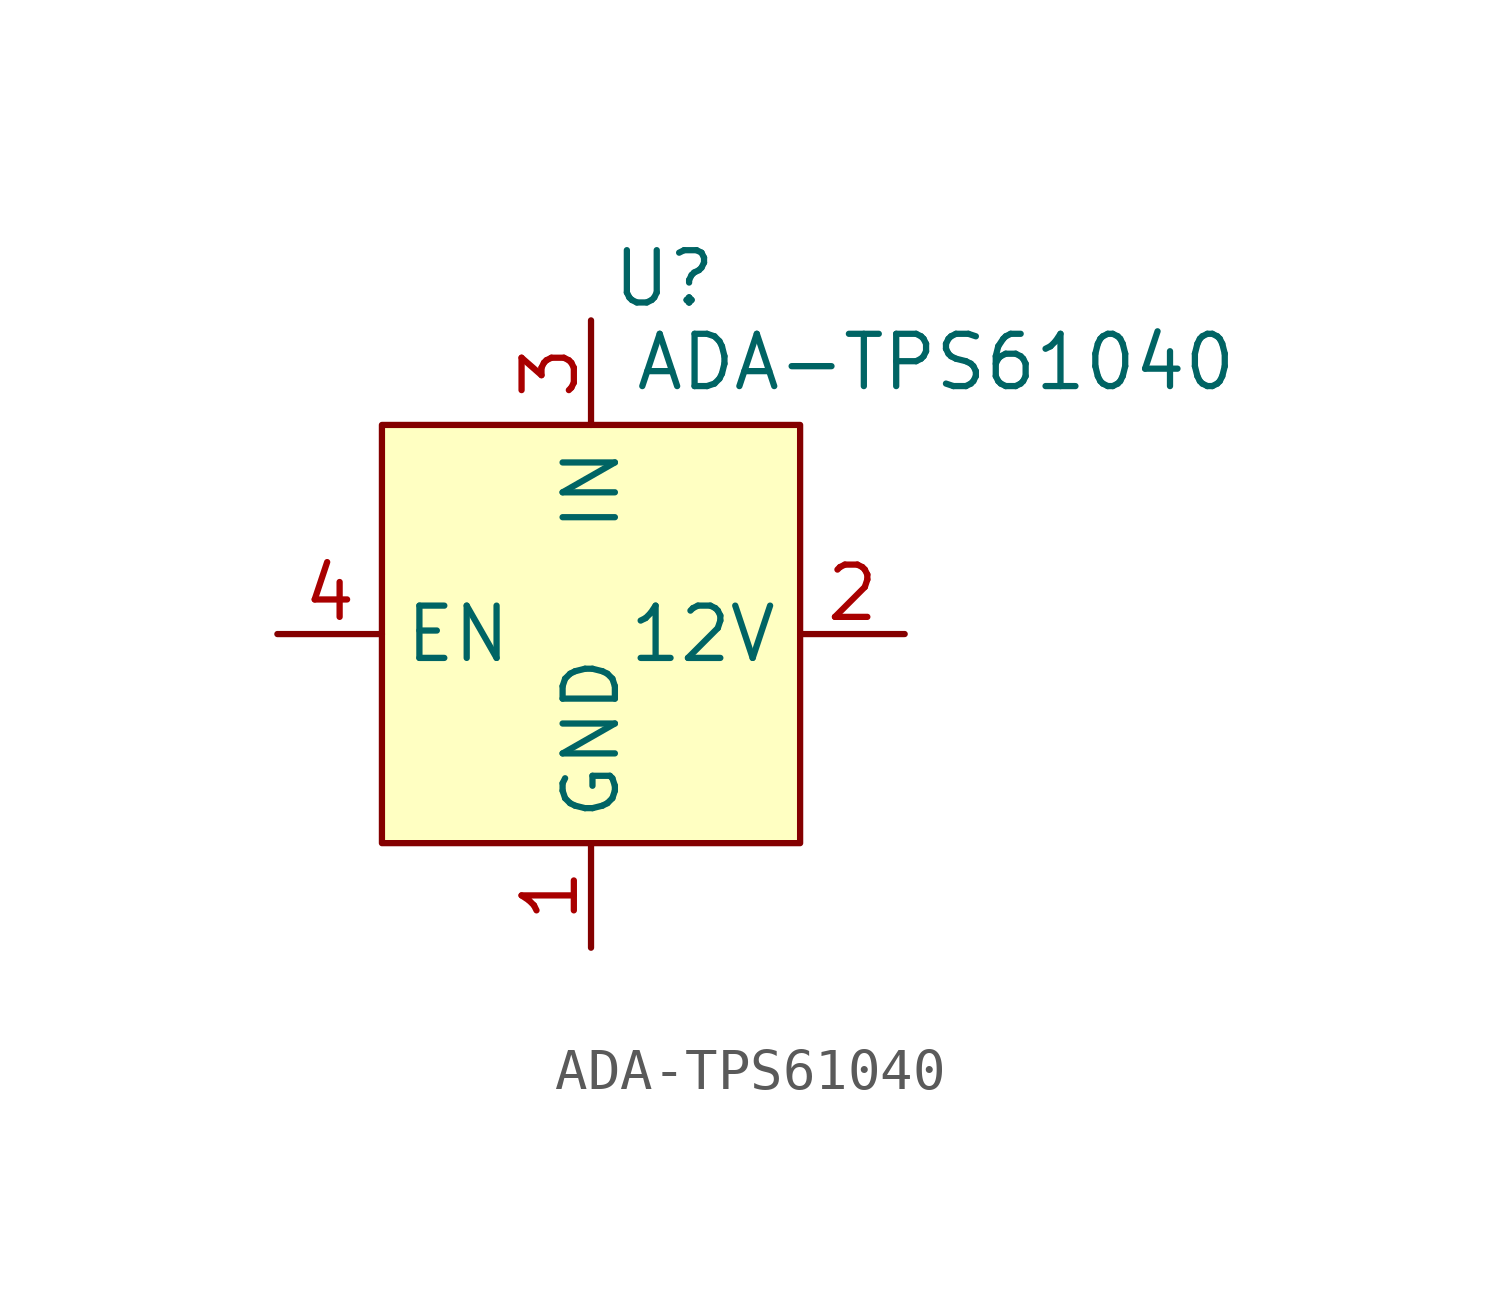
<source format=kicad_sym>
(kicad_symbol_lib
  (version 20241209)
  (generator "kicad_symbol_editor")
  (generator_version "9.0")
  (symbol "ADA-TPS61040"
    (property "Reference" "U"
      (at 1.778 8.636 0)
      (effects (font (size 1.27 1.27))))
    (property "Value" "ADA-TPS61040"
      (at 8.382 6.604 0)
      (effects (font (size 1.27 1.27))))
    (symbol "ADA-TPS61040_0_0"
      (pin input line (at -7.62 0 0) (length 2.54) (name "EN" (effects (font (size 1.27 1.27)))) (number "4" (effects (font (size 1.27 1.27)))))
      (pin power_in line (at 0 7.62 270) (length 2.54) (name "IN" (effects (font (size 1.27 1.27)))) (number "3" (effects (font (size 1.27 1.27)))))
      (pin power_in line (at 0 -7.62 90) (length 2.54) (name "GND" (effects (font (size 1.27 1.27)))) (number "1" (effects (font (size 1.27 1.27)))))
      (pin power_out line (at 7.62 0 180) (length 2.54) (name "12V" (effects (font (size 1.27 1.27)))) (number "2" (effects (font (size 1.27 1.27))))))
    (symbol "ADA-TPS61040_0_1"
      (rectangle (start -5.08 5.08) (end 5.08 -5.08) (stroke (width 0) (type default)) (fill (type background))))))
</source>
